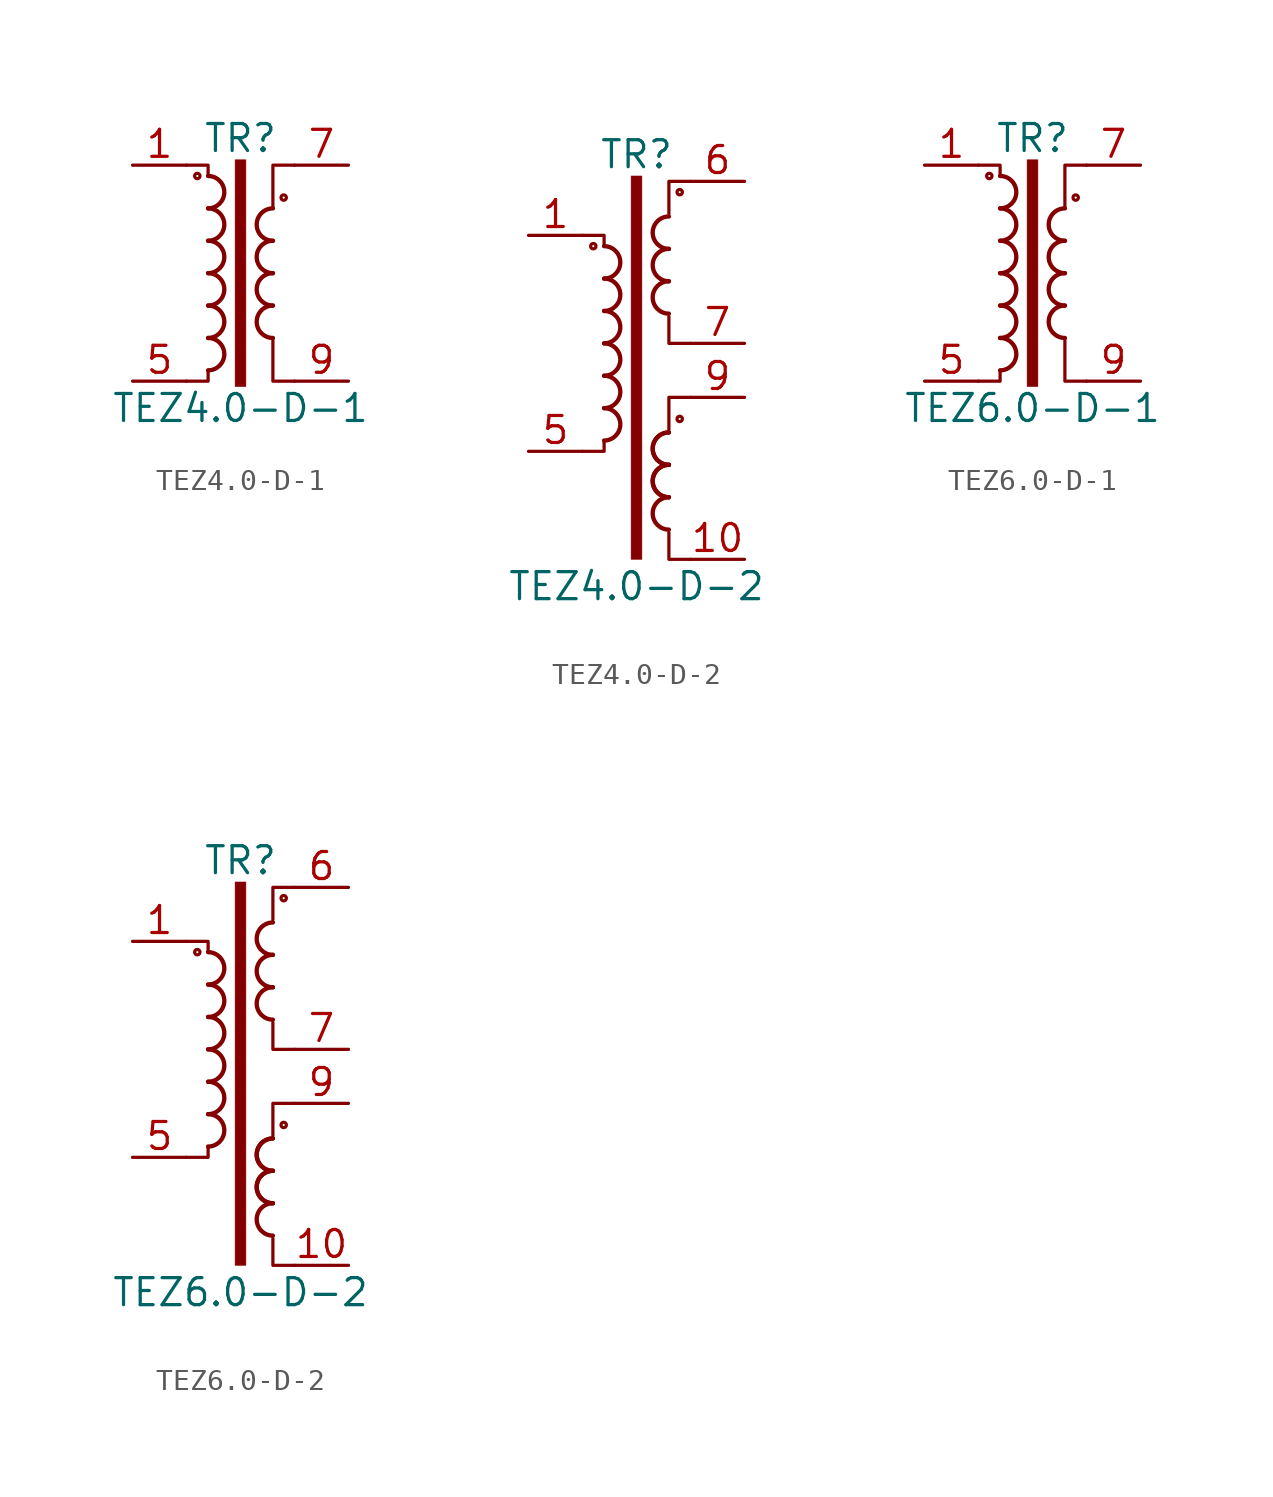
<source format=kicad_sym>
(kicad_symbol_lib
  (version 20220914)
  (generator kicad_symbol_editor)
  (symbol "TEZ4.0-D-1"
    (pin_names
      (offset 0.025))
    (property "Reference" "TR"
      (at 0 6.35 0)
      (effects (font (size 1.27 1.27))))
    (property "Value" "TEZ4.0-D-1"
      (at 0 -6.35 0)
      (effects (font (size 1.27 1.27))))
    (symbol "TEZ4.0-D-1_0_1"
      (circle (center -2.032 4.572) (radius 0.127) (stroke (width 0) (type default)) (fill (type none)))
      (arc (start -1.524 -4.572) (mid -0.7653 -3.81) (end -1.524 -3.048) (stroke (width 0.2032) (type default)) (fill (type none)))
      (arc (start -1.524 -3.048) (mid -0.7653 -2.286) (end -1.524 -1.524) (stroke (width 0.2032) (type default)) (fill (type none)))
      (arc (start -1.524 -1.524) (mid -0.7653 -0.762) (end -1.524 0) (stroke (width 0.2032) (type default)) (fill (type none)))
      (arc (start -1.524 0) (mid -0.7653 0.762) (end -1.524 1.524) (stroke (width 0.2032) (type default)) (fill (type none)))
      (arc (start -1.524 1.524) (mid -0.7653 2.286) (end -1.524 3.048) (stroke (width 0.2032) (type default)) (fill (type none)))
      (arc (start -1.524 3.048) (mid -0.7653 3.81) (end -1.524 4.572) (stroke (width 0.2032) (type default)) (fill (type none)))
      (rectangle (start -0.254 5.334) (end 0.254 -5.334) (stroke (width 0.025) (type default)) (fill (type outline)))
      (polyline (pts (xy -1.524 -4.572) (xy -1.524 -5.08) (xy -2.54 -5.08)) (stroke (width 0) (type default)) (fill (type none)))
      (polyline (pts (xy -1.524 4.572) (xy -1.524 5.08) (xy -2.54 5.08)) (stroke (width 0) (type default)) (fill (type none)))
      (polyline (pts (xy 1.524 3.048) (xy 1.524 5.08) (xy 2.54 5.08) (xy 2.54 5.08)) (stroke (width 0.152) (type default)) (fill (type none)))
      (polyline (pts (xy 2.54 -5.08) (xy 1.524 -5.08) (xy 1.524 -3.048) (xy 1.524 -3.048)) (stroke (width 0.152) (type default)) (fill (type none)))
      (arc (start 1.524 -1.524) (mid 0.7653 -2.286) (end 1.524 -3.048) (stroke (width 0.2032) (type default)) (fill (type none)))
      (arc (start 1.524 0) (mid 0.7653 -0.762) (end 1.524 -1.524) (stroke (width 0.2032) (type default)) (fill (type none)))
      (arc (start 1.524 1.524) (mid 0.7653 0.762) (end 1.524 0) (stroke (width 0.2032) (type default)) (fill (type none)))
      (arc (start 1.524 3.048) (mid 0.7653 2.286) (end 1.524 1.524) (stroke (width 0.2032) (type default)) (fill (type none)))
      (circle (center 2.032 3.556) (radius 0.127) (stroke (width 0) (type default)) (fill (type none))))
    (symbol "TEZ4.0-D-1_1_1"
      (pin passive line (at -5.08 5.08 0) (length 2.54) (name "~" (effects (font (size 1.27 1.27)))) (number "1" (effects (font (size 1.27 1.27)))))
      (pin passive line (at -5.08 -5.08 0) (length 2.54) (name "~" (effects (font (size 1.27 1.27)))) (number "5" (effects (font (size 1.27 1.27)))))
      (pin passive line (at 5.08 5.08 180) (length 2.54) (name "~" (effects (font (size 1.27 1.27)))) (number "7" (effects (font (size 1.27 1.27)))))
      (pin passive line (at 5.08 -5.08 180) (length 2.54) (name "~" (effects (font (size 1.27 1.27)))) (number "9" (effects (font (size 1.27 1.27)))))))
  (symbol "TEZ4.0-D-2"
    (pin_names
      (offset 0.025))
    (property "Reference" "TR"
      (at 0 8.89 0)
      (effects (font (size 1.27 1.27))))
    (property "Value" "TEZ4.0-D-2"
      (at 0 -11.43 0)
      (effects (font (size 1.27 1.27))))
    (symbol "TEZ4.0-D-2_0_1"
      (circle (center -2.032 4.572) (radius 0.127) (stroke (width 0) (type default)) (fill (type none)))
      (arc (start -1.524 -4.572) (mid -0.7653 -3.81) (end -1.524 -3.048) (stroke (width 0.2032) (type default)) (fill (type none)))
      (arc (start -1.524 -3.048) (mid -0.7653 -2.286) (end -1.524 -1.524) (stroke (width 0.2032) (type default)) (fill (type none)))
      (arc (start -1.524 -1.524) (mid -0.7653 -0.762) (end -1.524 0) (stroke (width 0.2032) (type default)) (fill (type none)))
      (arc (start -1.524 0) (mid -0.7653 0.762) (end -1.524 1.524) (stroke (width 0.2032) (type default)) (fill (type none)))
      (arc (start -1.524 1.524) (mid -0.7653 2.286) (end -1.524 3.048) (stroke (width 0.2032) (type default)) (fill (type none)))
      (arc (start -1.524 3.048) (mid -0.7653 3.81) (end -1.524 4.572) (stroke (width 0.2032) (type default)) (fill (type none)))
      (rectangle (start -0.254 7.874) (end 0.254 -10.16) (stroke (width 0.025) (type default)) (fill (type outline)))
      (polyline (pts (xy -1.524 -4.572) (xy -1.524 -5.08) (xy -2.54 -5.08)) (stroke (width 0) (type default)) (fill (type none)))
      (polyline (pts (xy -1.524 4.572) (xy -1.524 5.08) (xy -2.54 5.08)) (stroke (width 0) (type default)) (fill (type none)))
      (polyline (pts (xy 1.524 -8.89) (xy 1.524 -10.16) (xy 2.54 -10.16)) (stroke (width 0) (type default)) (fill (type none)))
      (polyline (pts (xy 2.54 -2.54) (xy 1.524 -2.54) (xy 1.524 -4.064)) (stroke (width 0) (type default)) (fill (type none)))
      (polyline (pts (xy 2.54 0) (xy 1.524 0) (xy 1.524 1.27)) (stroke (width 0) (type default)) (fill (type none)))
      (polyline (pts (xy 2.54 7.62) (xy 1.524 7.62) (xy 1.524 6.096)) (stroke (width 0) (type default)) (fill (type none)))
      (arc (start 1.524 -7.239) (mid 0.7653 -8.001) (end 1.524 -8.763) (stroke (width 0.2032) (type default)) (fill (type none)))
      (arc (start 1.524 -5.715) (mid 0.7653 -6.477) (end 1.524 -7.239) (stroke (width 0.2032) (type default)) (fill (type none)))
      (arc (start 1.524 -5.715) (mid 0.7653 -6.477) (end 1.524 -7.239) (stroke (width 0.2032) (type default)) (fill (type none)))
      (arc (start 1.524 -4.191) (mid 0.7653 -4.953) (end 1.524 -5.715) (stroke (width 0.2032) (type default)) (fill (type none)))
      (arc (start 1.524 -4.191) (mid 0.7653 -4.953) (end 1.524 -5.715) (stroke (width 0.2032) (type default)) (fill (type none)))
      (arc (start 1.524 2.921) (mid 0.7653 2.159) (end 1.524 1.397) (stroke (width 0.2032) (type default)) (fill (type none)))
      (arc (start 1.524 4.445) (mid 0.7653 3.683) (end 1.524 2.921) (stroke (width 0.2032) (type default)) (fill (type none)))
      (arc (start 1.524 5.969) (mid 0.7653 5.207) (end 1.524 4.445) (stroke (width 0.2032) (type default)) (fill (type none)))
      (circle (center 2.032 -3.556) (radius 0.127) (stroke (width 0) (type default)) (fill (type none)))
      (circle (center 2.032 7.112) (radius 0.127) (stroke (width 0) (type default)) (fill (type none))))
    (symbol "TEZ4.0-D-2_1_1"
      (pin passive line (at -5.08 5.08 0) (length 2.54) (name "~" (effects (font (size 1.27 1.27)))) (number "1" (effects (font (size 1.27 1.27)))))
      (pin passive line (at 5.08 -10.16 180) (length 2.54) (name "~" (effects (font (size 1.27 1.27)))) (number "10" (effects (font (size 1.27 1.27)))))
      (pin passive line (at -5.08 -5.08 0) (length 2.54) (name "~" (effects (font (size 1.27 1.27)))) (number "5" (effects (font (size 1.27 1.27)))))
      (pin passive line (at 5.08 7.62 180) (length 2.54) (name "~" (effects (font (size 1.27 1.27)))) (number "6" (effects (font (size 1.27 1.27)))))
      (pin passive line (at 5.08 0 180) (length 2.54) (name "~" (effects (font (size 1.27 1.27)))) (number "7" (effects (font (size 1.27 1.27)))))
      (pin passive line (at 5.08 -2.54 180) (length 2.54) (name "~" (effects (font (size 1.27 1.27)))) (number "9" (effects (font (size 1.27 1.27)))))))
  (symbol "TEZ6.0-D-1"
    (pin_names
      (offset 0.025))
    (property "Reference" "TR"
      (at 0 6.35 0)
      (effects (font (size 1.27 1.27))))
    (property "Value" "TEZ6.0-D-1"
      (at 0 -6.35 0)
      (effects (font (size 1.27 1.27))))
    (symbol "TEZ6.0-D-1_0_1"
      (circle (center -2.032 4.572) (radius 0.127) (stroke (width 0) (type default)) (fill (type none)))
      (arc (start -1.524 -4.572) (mid -0.7653 -3.81) (end -1.524 -3.048) (stroke (width 0.2032) (type default)) (fill (type none)))
      (arc (start -1.524 -3.048) (mid -0.7653 -2.286) (end -1.524 -1.524) (stroke (width 0.2032) (type default)) (fill (type none)))
      (arc (start -1.524 -1.524) (mid -0.7653 -0.762) (end -1.524 0) (stroke (width 0.2032) (type default)) (fill (type none)))
      (arc (start -1.524 0) (mid -0.7653 0.762) (end -1.524 1.524) (stroke (width 0.2032) (type default)) (fill (type none)))
      (arc (start -1.524 1.524) (mid -0.7653 2.286) (end -1.524 3.048) (stroke (width 0.2032) (type default)) (fill (type none)))
      (arc (start -1.524 3.048) (mid -0.7653 3.81) (end -1.524 4.572) (stroke (width 0.2032) (type default)) (fill (type none)))
      (rectangle (start -0.254 5.334) (end 0.254 -5.334) (stroke (width 0.025) (type default)) (fill (type outline)))
      (polyline (pts (xy -1.524 -4.572) (xy -1.524 -5.08) (xy -2.54 -5.08)) (stroke (width 0) (type default)) (fill (type none)))
      (polyline (pts (xy -1.524 4.572) (xy -1.524 5.08) (xy -2.54 5.08)) (stroke (width 0) (type default)) (fill (type none)))
      (polyline (pts (xy 1.524 3.048) (xy 1.524 5.08) (xy 2.54 5.08) (xy 2.54 5.08)) (stroke (width 0.152) (type default)) (fill (type none)))
      (polyline (pts (xy 2.54 -5.08) (xy 1.524 -5.08) (xy 1.524 -3.048) (xy 1.524 -3.048)) (stroke (width 0.152) (type default)) (fill (type none)))
      (arc (start 1.524 -1.524) (mid 0.7653 -2.286) (end 1.524 -3.048) (stroke (width 0.2032) (type default)) (fill (type none)))
      (arc (start 1.524 0) (mid 0.7653 -0.762) (end 1.524 -1.524) (stroke (width 0.2032) (type default)) (fill (type none)))
      (arc (start 1.524 1.524) (mid 0.7653 0.762) (end 1.524 0) (stroke (width 0.2032) (type default)) (fill (type none)))
      (arc (start 1.524 3.048) (mid 0.7653 2.286) (end 1.524 1.524) (stroke (width 0.2032) (type default)) (fill (type none)))
      (circle (center 2.032 3.556) (radius 0.127) (stroke (width 0) (type default)) (fill (type none))))
    (symbol "TEZ6.0-D-1_1_1"
      (pin passive line (at -5.08 5.08 0) (length 2.54) (name "~" (effects (font (size 1.27 1.27)))) (number "1" (effects (font (size 1.27 1.27)))))
      (pin passive line (at -5.08 -5.08 0) (length 2.54) (name "~" (effects (font (size 1.27 1.27)))) (number "5" (effects (font (size 1.27 1.27)))))
      (pin passive line (at 5.08 5.08 180) (length 2.54) (name "~" (effects (font (size 1.27 1.27)))) (number "7" (effects (font (size 1.27 1.27)))))
      (pin passive line (at 5.08 -5.08 180) (length 2.54) (name "~" (effects (font (size 1.27 1.27)))) (number "9" (effects (font (size 1.27 1.27)))))))
  (symbol "TEZ6.0-D-2"
    (pin_names
      (offset 0.025))
    (property "Reference" "TR"
      (at 0 8.89 0)
      (effects (font (size 1.27 1.27))))
    (property "Value" "TEZ6.0-D-2"
      (at 0 -11.43 0)
      (effects (font (size 1.27 1.27))))
    (symbol "TEZ6.0-D-2_0_1"
      (circle (center -2.032 4.572) (radius 0.127) (stroke (width 0) (type default)) (fill (type none)))
      (arc (start -1.524 -4.572) (mid -0.7653 -3.81) (end -1.524 -3.048) (stroke (width 0.2032) (type default)) (fill (type none)))
      (arc (start -1.524 -3.048) (mid -0.7653 -2.286) (end -1.524 -1.524) (stroke (width 0.2032) (type default)) (fill (type none)))
      (arc (start -1.524 -1.524) (mid -0.7653 -0.762) (end -1.524 0) (stroke (width 0.2032) (type default)) (fill (type none)))
      (arc (start -1.524 0) (mid -0.7653 0.762) (end -1.524 1.524) (stroke (width 0.2032) (type default)) (fill (type none)))
      (arc (start -1.524 1.524) (mid -0.7653 2.286) (end -1.524 3.048) (stroke (width 0.2032) (type default)) (fill (type none)))
      (arc (start -1.524 3.048) (mid -0.7653 3.81) (end -1.524 4.572) (stroke (width 0.2032) (type default)) (fill (type none)))
      (rectangle (start -0.254 7.874) (end 0.254 -10.16) (stroke (width 0.025) (type default)) (fill (type outline)))
      (polyline (pts (xy -1.524 -4.572) (xy -1.524 -5.08) (xy -2.54 -5.08)) (stroke (width 0) (type default)) (fill (type none)))
      (polyline (pts (xy -1.524 4.572) (xy -1.524 5.08) (xy -2.54 5.08)) (stroke (width 0) (type default)) (fill (type none)))
      (polyline (pts (xy 1.524 -8.89) (xy 1.524 -10.16) (xy 2.54 -10.16)) (stroke (width 0) (type default)) (fill (type none)))
      (polyline (pts (xy 2.54 -2.54) (xy 1.524 -2.54) (xy 1.524 -4.064)) (stroke (width 0) (type default)) (fill (type none)))
      (polyline (pts (xy 2.54 0) (xy 1.524 0) (xy 1.524 1.27)) (stroke (width 0) (type default)) (fill (type none)))
      (polyline (pts (xy 2.54 7.62) (xy 1.524 7.62) (xy 1.524 6.096)) (stroke (width 0) (type default)) (fill (type none)))
      (arc (start 1.524 -7.239) (mid 0.7653 -8.001) (end 1.524 -8.763) (stroke (width 0.2032) (type default)) (fill (type none)))
      (arc (start 1.524 -5.715) (mid 0.7653 -6.477) (end 1.524 -7.239) (stroke (width 0.2032) (type default)) (fill (type none)))
      (arc (start 1.524 -5.715) (mid 0.7653 -6.477) (end 1.524 -7.239) (stroke (width 0.2032) (type default)) (fill (type none)))
      (arc (start 1.524 -4.191) (mid 0.7653 -4.953) (end 1.524 -5.715) (stroke (width 0.2032) (type default)) (fill (type none)))
      (arc (start 1.524 -4.191) (mid 0.7653 -4.953) (end 1.524 -5.715) (stroke (width 0.2032) (type default)) (fill (type none)))
      (arc (start 1.524 2.921) (mid 0.7653 2.159) (end 1.524 1.397) (stroke (width 0.2032) (type default)) (fill (type none)))
      (arc (start 1.524 4.445) (mid 0.7653 3.683) (end 1.524 2.921) (stroke (width 0.2032) (type default)) (fill (type none)))
      (arc (start 1.524 5.969) (mid 0.7653 5.207) (end 1.524 4.445) (stroke (width 0.2032) (type default)) (fill (type none)))
      (circle (center 2.032 -3.556) (radius 0.127) (stroke (width 0) (type default)) (fill (type none)))
      (circle (center 2.032 7.112) (radius 0.127) (stroke (width 0) (type default)) (fill (type none))))
    (symbol "TEZ6.0-D-2_1_1"
      (pin passive line (at -5.08 5.08 0) (length 2.54) (name "~" (effects (font (size 1.27 1.27)))) (number "1" (effects (font (size 1.27 1.27)))))
      (pin passive line (at 5.08 -10.16 180) (length 2.54) (name "~" (effects (font (size 1.27 1.27)))) (number "10" (effects (font (size 1.27 1.27)))))
      (pin passive line (at -5.08 -5.08 0) (length 2.54) (name "~" (effects (font (size 1.27 1.27)))) (number "5" (effects (font (size 1.27 1.27)))))
      (pin passive line (at 5.08 7.62 180) (length 2.54) (name "~" (effects (font (size 1.27 1.27)))) (number "6" (effects (font (size 1.27 1.27)))))
      (pin passive line (at 5.08 0 180) (length 2.54) (name "~" (effects (font (size 1.27 1.27)))) (number "7" (effects (font (size 1.27 1.27)))))
      (pin passive line (at 5.08 -2.54 180) (length 2.54) (name "~" (effects (font (size 1.27 1.27)))) (number "9" (effects (font (size 1.27 1.27))))))))
</source>
